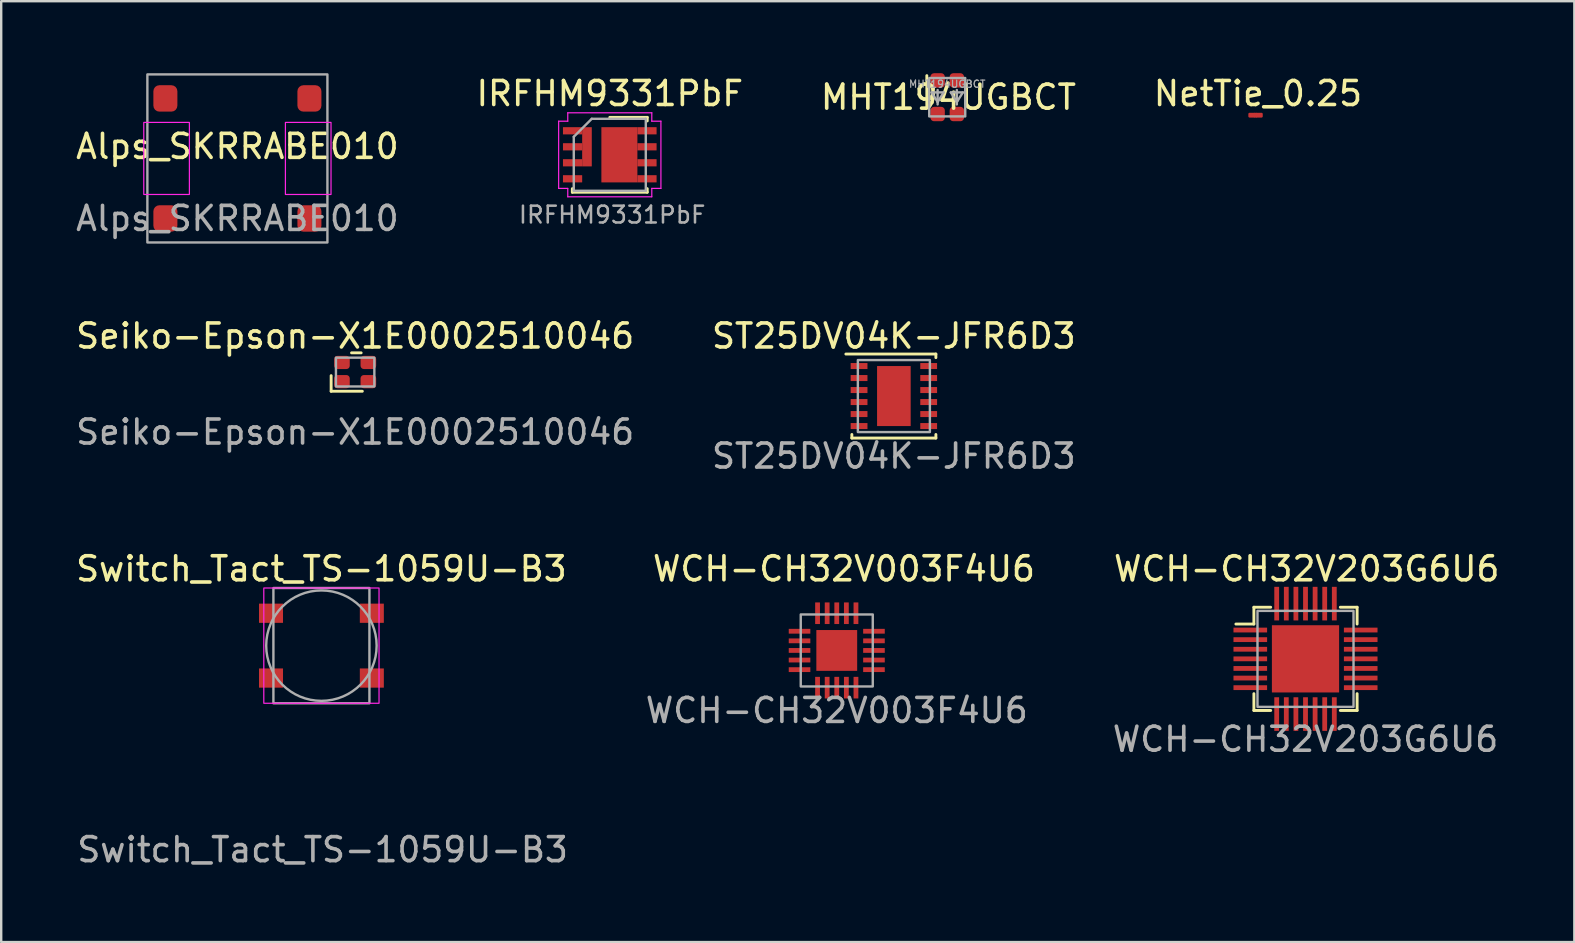
<source format=kicad_pcb>
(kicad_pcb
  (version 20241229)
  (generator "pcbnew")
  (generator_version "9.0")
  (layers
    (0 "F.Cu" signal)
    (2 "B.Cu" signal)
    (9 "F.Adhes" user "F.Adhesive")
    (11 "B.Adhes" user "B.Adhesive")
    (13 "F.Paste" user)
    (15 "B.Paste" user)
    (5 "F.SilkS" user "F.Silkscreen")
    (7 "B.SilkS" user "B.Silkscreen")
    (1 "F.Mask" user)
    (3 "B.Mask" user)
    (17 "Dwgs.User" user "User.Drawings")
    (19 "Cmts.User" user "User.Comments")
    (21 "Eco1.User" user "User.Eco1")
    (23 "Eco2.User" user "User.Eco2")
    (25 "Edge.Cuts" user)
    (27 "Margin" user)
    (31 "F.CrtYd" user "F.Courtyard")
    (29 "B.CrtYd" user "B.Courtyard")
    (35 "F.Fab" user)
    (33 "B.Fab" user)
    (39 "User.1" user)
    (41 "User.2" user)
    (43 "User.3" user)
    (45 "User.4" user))
  (footprint "Switch_Tact_TS-1059U-B3"
    (layer "F.Cu")
    (at 10.339 23.845)
    (property "Reference" "Switch_Tact_TS-1059U-B3" (at 0 -3.2 0) (unlocked yes) (layer "F.SilkS") (effects (font (size 1 1) (thickness 0.15))))
    (attr smd)
    (fp_rect (start -2.4 -2.4) (end 2.4 2.4) (stroke (width 0.05) (type default)) (fill no) (layer "F.CrtYd"))
    (fp_rect (start -2 -2.4) (end 2 2.4) (stroke (width 0.1) (type default)) (fill no) (layer "F.Fab"))
    (fp_circle (center 0 0) (end 2.3 0) (stroke (width 0.1) (type default)) (fill no) (layer "F.Fab"))
    (fp_text user "${REFERENCE}" (at 0.05 8.5 0) (unlocked yes) (layer "F.Fab") (effects (font (size 1 1) (thickness 0.15))))
    (pad "1" smd rect (at -2.1 -1.35) (size 1 0.8) (layers "F.Cu" "F.Mask" "F.Paste"))
    (pad "2" smd rect (at -2.1 1.35) (size 1 0.8) (layers "F.Cu" "F.Mask" "F.Paste"))
    (pad "3" smd rect (at 2.1 -1.35) (size 1 0.8) (layers "F.Cu" "F.Mask" "F.Paste"))
    (pad "4" smd rect (at 2.1 1.35) (size 1 0.8) (layers "F.Cu" "F.Mask" "F.Paste")))
  (footprint "Seiko-Epson-X1E0002510046"
    (layer "F.Cu")
    (at 11.744 12.448)
    (property "Reference" "Seiko-Epson-X1E0002510046" (at 0 -1.5 0) (unlocked yes) (layer "F.SilkS") (effects (font (size 1 1) (thickness 0.15))))
    (attr smd)
    (fp_line (start -1 0.8) (end -1 0.15) (stroke (width 0.12) (type default)) (layer "F.SilkS"))
    (fp_line (start -1 0.8) (end 0.3 0.8) (stroke (width 0.12) (type default)) (layer "F.SilkS"))
    (fp_line (start 0.25 -0.8) (end -0.15 -0.8) (stroke (width 0.12) (type default)) (layer "F.SilkS"))
    (fp_rect (start -0.8 -0.6) (end 0.8 0.6) (stroke (width 0.1) (type default)) (fill no) (layer "F.Fab"))
    (fp_text user "${REFERENCE}" (at 0 2.5 0) (unlocked yes) (layer "F.Fab") (effects (font (size 1 1) (thickness 0.15))))
    (pad "1" smd roundrect (at -0.55 0.4) (size 0.65 0.55) (layers "F.Cu" "F.Mask" "F.Paste") (roundrect_rratio 0.25))
    (pad "2" smd roundrect (at 0.55 0.4) (size 0.65 0.55) (layers "F.Cu" "F.Mask" "F.Paste") (roundrect_rratio 0.25))
    (pad "3" smd roundrect (at 0.55 -0.4) (size 0.65 0.55) (layers "F.Cu" "F.Mask" "F.Paste") (roundrect_rratio 0.25))
    (pad "4" smd roundrect (at -0.55 -0.4) (size 0.65 0.55) (layers "F.Cu" "F.Mask" "F.Paste") (roundrect_rratio 0.25)))
  (footprint "WCH-CH32V203G6U6"
    (layer "F.Cu")
    (at 51.332 24.395)
    (property "Reference" "WCH-CH32V203G6U6" (at 0.05 -3.75 0) (unlocked yes) (layer "F.SilkS") (effects (font (size 1 1) (thickness 0.15))))
    (attr smd)
    (fp_line (start -2.15 -2.15) (end -1.45 -2.15) (stroke (width 0.12) (type default)) (layer "F.SilkS"))
    (fp_line (start -2.15 -1.45) (end -2.9 -1.45) (stroke (width 0.12) (type default)) (layer "F.SilkS"))
    (fp_line (start -2.15 -1.45) (end -2.15 -2.15) (stroke (width 0.12) (type default)) (layer "F.SilkS"))
    (fp_line (start -2.15 2.15) (end -2.15 1.45) (stroke (width 0.12) (type default)) (layer "F.SilkS"))
    (fp_line (start -1.45 2.15) (end -2.15 2.15) (stroke (width 0.12) (type default)) (layer "F.SilkS"))
    (fp_line (start 1.45 -2.15) (end 2.15 -2.15) (stroke (width 0.12) (type default)) (layer "F.SilkS"))
    (fp_line (start 2.15 -2.15) (end 2.15 -1.45) (stroke (width 0.12) (type default)) (layer "F.SilkS"))
    (fp_line (start 2.15 1.45) (end 2.15 2.15) (stroke (width 0.12) (type default)) (layer "F.SilkS"))
    (fp_line (start 2.15 2.15) (end 1.45 2.15) (stroke (width 0.12) (type default)) (layer "F.SilkS"))
    (fp_rect (start -2 -2) (end 2 2) (stroke (width 0.1) (type solid)) (fill no) (layer "F.Fab"))
    (fp_text user "${REFERENCE}" (at 0 3.35 0) (unlocked yes) (layer "F.Fab") (effects (font (size 1 1) (thickness 0.15))))
    (pad "0" smd rect (at 0 0 270) (size 2.8 2.8) (layers "F.Cu" "F.Mask" "F.Paste"))
    (pad "1" smd rect (at -2.3 -1.2) (size 1.4 0.2) (layers "F.Cu" "F.Mask" "F.Paste"))
    (pad "2" smd rect (at -2.3 -0.8) (size 1.4 0.2) (layers "F.Cu" "F.Mask" "F.Paste"))
    (pad "3" smd rect (at -2.3 -0.4) (size 1.4 0.2) (layers "F.Cu" "F.Mask" "F.Paste"))
    (pad "4" smd rect (at -2.3 0) (size 1.4 0.2) (layers "F.Cu" "F.Mask" "F.Paste"))
    (pad "5" smd rect (at -2.3 0.4) (size 1.4 0.2) (layers "F.Cu" "F.Mask" "F.Paste"))
    (pad "6" smd rect (at -2.3 0.8) (size 1.4 0.2) (layers "F.Cu" "F.Mask" "F.Paste"))
    (pad "7" smd rect (at -2.3 1.2) (size 1.4 0.2) (layers "F.Cu" "F.Mask" "F.Paste"))
    (pad "8" smd rect (at -1.2 2.3 90) (size 1.4 0.2) (layers "F.Cu" "F.Mask" "F.Paste"))
    (pad "9" smd rect (at -0.8 2.3 90) (size 1.4 0.2) (layers "F.Cu" "F.Mask" "F.Paste"))
    (pad "10" smd rect (at -0.4 2.3 90) (size 1.4 0.2) (layers "F.Cu" "F.Mask" "F.Paste"))
    (pad "11" smd rect (at 0 2.3 90) (size 1.4 0.2) (layers "F.Cu" "F.Mask" "F.Paste"))
    (pad "12" smd rect (at 0.4 2.3 90) (size 1.4 0.2) (layers "F.Cu" "F.Mask" "F.Paste"))
    (pad "13" smd rect (at 0.8 2.3 90) (size 1.4 0.2) (layers "F.Cu" "F.Mask" "F.Paste"))
    (pad "14" smd rect (at 1.2 2.3 90) (size 1.4 0.2) (layers "F.Cu" "F.Mask" "F.Paste"))
    (pad "15" smd rect (at 2.3 1.2 180) (size 1.4 0.2) (layers "F.Cu" "F.Mask" "F.Paste"))
    (pad "16" smd rect (at 2.3 0.8 180) (size 1.4 0.2) (layers "F.Cu" "F.Mask" "F.Paste"))
    (pad "17" smd rect (at 2.3 0.4 180) (size 1.4 0.2) (layers "F.Cu" "F.Mask" "F.Paste"))
    (pad "18" smd rect (at 2.3 0 180) (size 1.4 0.2) (layers "F.Cu" "F.Mask" "F.Paste"))
    (pad "19" smd rect (at 2.3 -0.4 180) (size 1.4 0.2) (layers "F.Cu" "F.Mask" "F.Paste"))
    (pad "20" smd rect (at 2.3 -0.8 180) (size 1.4 0.2) (layers "F.Cu" "F.Mask" "F.Paste"))
    (pad "21" smd rect (at 2.3 -1.2 180) (size 1.4 0.2) (layers "F.Cu" "F.Mask" "F.Paste"))
    (pad "22" smd rect (at 1.2 -2.3 270) (size 1.4 0.2) (layers "F.Cu" "F.Mask" "F.Paste"))
    (pad "23" smd rect (at 0.8 -2.3 270) (size 1.4 0.2) (layers "F.Cu" "F.Mask" "F.Paste"))
    (pad "24" smd rect (at 0.4 -2.3 270) (size 1.4 0.2) (layers "F.Cu" "F.Mask" "F.Paste"))
    (pad "25" smd rect (at 0 -2.3 270) (size 1.4 0.2) (layers "F.Cu" "F.Mask" "F.Paste"))
    (pad "26" smd rect (at -0.4 -2.3 270) (size 1.4 0.2) (layers "F.Cu" "F.Mask" "F.Paste"))
    (pad "27" smd rect (at -0.8 -2.3 270) (size 1.4 0.2) (layers "F.Cu" "F.Mask" "F.Paste"))
    (pad "28" smd rect (at -1.2 -2.3 270) (size 1.4 0.2) (layers "F.Cu" "F.Mask" "F.Paste")))
  (footprint "MHT194UGBCT"
    (layer "F.Cu")
    (at 36.408 1)
    (property "Reference" "MHT194UGBCT" (at 0.05 0 0) (unlocked yes) (layer "F.SilkS") (effects (font (size 1 1) (thickness 0.15))))
    (attr smd)
    (fp_line (start -0.85 0.35) (end -0.85 -0.9) (stroke (width 0.12) (type default)) (layer "F.SilkS"))
    (fp_line (start 0.8 -0.35) (end 0.8 0.3) (stroke (width 0.12) (type default)) (layer "F.SilkS"))
    (fp_line (start -0.65 -0.2) (end -0.15 -0.2) (stroke (width 0.1) (type default)) (layer "F.Fab"))
    (fp_line (start -0.4 -0.3) (end -0.4 0.3) (stroke (width 0.1) (type default)) (layer "F.Fab"))
    (fp_line (start -0.4 0.2) (end -0.65 -0.2) (stroke (width 0.1) (type default)) (layer "F.Fab"))
    (fp_line (start -0.15 -0.2) (end -0.4 0.2) (stroke (width 0.1) (type default)) (layer "F.Fab"))
    (fp_line (start 0.15 -0.2) (end 0.65 -0.2) (stroke (width 0.1) (type default)) (layer "F.Fab"))
    (fp_line (start 0.4 -0.3) (end 0.4 0.3) (stroke (width 0.1) (type default)) (layer "F.Fab"))
    (fp_line (start 0.4 0.2) (end 0.15 -0.2) (stroke (width 0.1) (type default)) (layer "F.Fab"))
    (fp_line (start 0.65 -0.2) (end 0.4 0.2) (stroke (width 0.1) (type default)) (layer "F.Fab"))
    (fp_rect (start -0.75 -0.8) (end 0.75 0.8) (stroke (width 0.1) (type default)) (fill no) (layer "F.Fab"))
    (fp_text user "${REFERENCE}" (at 0 -0.55 0) (unlocked yes) (layer "F.Fab") (effects (font (size 0.3 0.3) (thickness 0.05))))
    (pad "1" smd roundrect (at -0.4 -0.7) (size 0.6 0.6) (layers "F.Cu" "F.Mask" "F.Paste") (roundrect_rratio 0.25))
    (pad "2" smd roundrect (at 0.4 -0.7) (size 0.6 0.6) (layers "F.Cu" "F.Mask" "F.Paste") (roundrect_rratio 0.25))
    (pad "3" smd roundrect (at -0.4 0.7) (size 0.6 0.6) (layers "F.Cu" "F.Mask" "F.Paste") (roundrect_rratio 0.25))
    (pad "4" smd roundrect (at 0.4 0.7) (size 0.6 0.6) (layers "F.Cu" "F.Mask" "F.Paste") (roundrect_rratio 0.25)))
  (footprint "IRFHM9331PbF"
    (layer "F.Cu")
    (at 22.351 3.398)
    (property "Reference" "IRFHM9331PbF" (at 0 -2.55 0) (layer "F.SilkS") (effects (font (size 1 1) (thickness 0.15))))
    (attr smd)
    (fp_line (start -1.56 1.56) (end -1.56 1.41) (stroke (width 0.12) (type solid)) (layer "F.SilkS"))
    (fp_line (start -1.56 1.56) (end 1.56 1.56) (stroke (width 0.12) (type solid)) (layer "F.SilkS"))
    (fp_line (start 0 -1.56) (end 1.56 -1.56) (stroke (width 0.12) (type solid)) (layer "F.SilkS"))
    (fp_line (start 1.56 -1.56) (end 1.56 -1.41) (stroke (width 0.12) (type solid)) (layer "F.SilkS"))
    (fp_line (start 1.56 1.56) (end 1.56 1.41) (stroke (width 0.12) (type solid)) (layer "F.SilkS"))
    (fp_line (start -2.13 -1.4) (end -2.13 1.4) (stroke (width 0.05) (type solid)) (layer "F.CrtYd"))
    (fp_line (start -1.75 -1.75) (end -1.75 -1.4) (stroke (width 0.05) (type solid)) (layer "F.CrtYd"))
    (fp_line (start -1.75 -1.75) (end 1.75 -1.75) (stroke (width 0.05) (type solid)) (layer "F.CrtYd"))
    (fp_line (start -1.75 -1.4) (end -2.13 -1.4) (stroke (width 0.05) (type solid)) (layer "F.CrtYd"))
    (fp_line (start -1.75 1.4) (end -2.13 1.4) (stroke (width 0.05) (type solid)) (layer "F.CrtYd"))
    (fp_line (start -1.75 1.75) (end -1.75 1.4) (stroke (width 0.05) (type solid)) (layer "F.CrtYd"))
    (fp_line (start -1.75 1.75) (end 1.75 1.75) (stroke (width 0.05) (type solid)) (layer "F.CrtYd"))
    (fp_line (start 1.75 -1.75) (end 1.75 -1.4) (stroke (width 0.05) (type solid)) (layer "F.CrtYd"))
    (fp_line (start 1.75 -1.4) (end 2.13 -1.4) (stroke (width 0.05) (type solid)) (layer "F.CrtYd"))
    (fp_line (start 1.75 1.4) (end 2.13 1.4) (stroke (width 0.05) (type solid)) (layer "F.CrtYd"))
    (fp_line (start 1.75 1.75) (end 1.75 1.4) (stroke (width 0.05) (type solid)) (layer "F.CrtYd"))
    (fp_line (start 2.13 -1.4) (end 2.13 1.4) (stroke (width 0.05) (type solid)) (layer "F.CrtYd"))
    (fp_line (start -1.5 -0.75) (end -0.75 -1.5) (stroke (width 0.1) (type solid)) (layer "F.Fab"))
    (fp_line (start -1.5 1.5) (end -1.5 -0.75) (stroke (width 0.1) (type solid)) (layer "F.Fab"))
    (fp_line (start -0.75 -1.5) (end 1.5 -1.5) (stroke (width 0.1) (type solid)) (layer "F.Fab"))
    (fp_line (start 1.5 -1.5) (end 1.5 1.5) (stroke (width 0.1) (type solid)) (layer "F.Fab"))
    (fp_line (start 1.5 1.5) (end -1.5 1.5) (stroke (width 0.1) (type solid)) (layer "F.Fab"))
    (fp_text user "${REFERENCE}" (at 0.1 2.5 0) (layer "F.Fab") (effects (font (size 0.7 0.7) (thickness 0.105))))
    (pad "" smd rect (at 0.175 -0.6) (size 0.6 1) (layers "F.Paste"))
    (pad "" smd rect (at 0.175 0.6) (size 0.6 1) (layers "F.Paste"))
    (pad "" smd rect (at 0.95 -0.6) (size 0.6 1) (layers "F.Paste"))
    (pad "" smd rect (at 0.95 0.6) (size 0.6 1) (layers "F.Paste"))
    (pad "1" smd rect (at -1.55 -1) (size 0.8 0.3) (layers "F.Cu" "F.Mask" "F.Paste"))
    (pad "2" smd rect (at -1.55 -0.333) (size 0.8 0.3) (layers "F.Cu" "F.Mask" "F.Paste"))
    (pad "3" smd rect (at -1.55 0.333) (size 0.8 0.3) (layers "F.Cu" "F.Mask" "F.Paste"))
    (pad "4" smd rect (at -1.55 1) (size 0.8 0.3) (layers "F.Cu" "F.Mask" "F.Paste"))
    (pad "5" smd rect (at 1.55 1) (size 0.8 0.3) (layers "F.Cu" "F.Mask" "F.Paste"))
    (pad "6" smd rect (at 1.55 0.333) (size 0.8 0.3) (layers "F.Cu" "F.Mask" "F.Paste"))
    (pad "7" smd rect (at 1.55 -0.333) (size 0.8 0.3) (layers "F.Cu" "F.Mask" "F.Paste"))
    (pad "8" smd rect (at 1.55 -1) (size 0.8 0.3) (layers "F.Cu" "F.Mask" "F.Paste"))
    (pad "9" smd rect (at 0.4 0) (size 1.5 2.3) (layers "F.Cu" "F.Mask"))
    (pad "10" smd rect (at -0.95 -0.333 90) (size 1.633 0.4) (layers "F.Cu" "F.Mask" "F.Paste")))
  (footprint "WCH-CH32V003F4U6"
    (layer "F.Cu")
    (at 31.806 24.045)
    (property "Reference" "WCH-CH32V003F4U6" (at 0.3 -3.4 0) (unlocked yes) (layer "F.SilkS") (effects (font (size 1 1) (thickness 0.15))))
    (attr smd)
    (fp_rect (start -1.5 -1.5) (end 1.5 1.5) (stroke (width 0.1) (type solid)) (fill no) (layer "F.Fab"))
    (fp_text user "${REFERENCE}" (at 0 2.5 0) (unlocked yes) (layer "F.Fab") (effects (font (size 1 1) (thickness 0.15))))
    (pad "0" smd rect (at 0 0 270) (size 1.7 1.7) (layers "F.Cu" "F.Mask" "F.Paste"))
    (pad "1" smd rect (at -1.55 -0.8) (size 0.9 0.2) (layers "F.Cu" "F.Mask" "F.Paste"))
    (pad "2" smd rect (at -1.55 -0.4) (size 0.9 0.2) (layers "F.Cu" "F.Mask" "F.Paste"))
    (pad "3" smd rect (at -1.55 0) (size 0.9 0.2) (layers "F.Cu" "F.Mask" "F.Paste"))
    (pad "4" smd rect (at -1.55 0.4) (size 0.9 0.2) (layers "F.Cu" "F.Mask" "F.Paste"))
    (pad "5" smd rect (at -1.55 0.8) (size 0.9 0.2) (layers "F.Cu" "F.Mask" "F.Paste"))
    (pad "6" smd rect (at -0.8 1.55 90) (size 0.9 0.2) (layers "F.Cu" "F.Mask" "F.Paste"))
    (pad "7" smd rect (at -0.4 1.55 90) (size 0.9 0.2) (layers "F.Cu" "F.Mask" "F.Paste"))
    (pad "8" smd rect (at 0 1.55 90) (size 0.9 0.2) (layers "F.Cu" "F.Mask" "F.Paste"))
    (pad "9" smd rect (at 0.4 1.55 90) (size 0.9 0.2) (layers "F.Cu" "F.Mask" "F.Paste"))
    (pad "10" smd rect (at 0.8 1.55 90) (size 0.9 0.2) (layers "F.Cu" "F.Mask" "F.Paste"))
    (pad "11" smd rect (at 1.55 0.8 180) (size 0.9 0.2) (layers "F.Cu" "F.Mask" "F.Paste"))
    (pad "12" smd rect (at 1.55 0.4 180) (size 0.9 0.2) (layers "F.Cu" "F.Mask" "F.Paste"))
    (pad "13" smd rect (at 1.55 0 180) (size 0.9 0.2) (layers "F.Cu" "F.Mask" "F.Paste"))
    (pad "14" smd rect (at 1.55 -0.4 180) (size 0.9 0.2) (layers "F.Cu" "F.Mask" "F.Paste"))
    (pad "15" smd rect (at 1.55 -0.8 180) (size 0.9 0.2) (layers "F.Cu" "F.Mask" "F.Paste"))
    (pad "16" smd rect (at 0.8 -1.55 270) (size 0.9 0.2) (layers "F.Cu" "F.Mask" "F.Paste"))
    (pad "17" smd rect (at 0.4 -1.55 270) (size 0.9 0.2) (layers "F.Cu" "F.Mask" "F.Paste"))
    (pad "18" smd rect (at 0 -1.55 270) (size 0.9 0.2) (layers "F.Cu" "F.Mask" "F.Paste"))
    (pad "19" smd rect (at -0.4 -1.55 270) (size 0.9 0.2) (layers "F.Cu" "F.Mask" "F.Paste"))
    (pad "20" smd rect (at -0.8 -1.55 270) (size 0.9 0.2) (layers "F.Cu" "F.Mask" "F.Paste")))
  (footprint "Alps_SKRRABE010"
    (layer "F.Cu")
    (at 6.839 3.55)
    (property "Reference" "Alps_SKRRABE010" (at 0 -0.5 0) (unlocked yes) (layer "F.SilkS") (effects (font (size 1 1) (thickness 0.15))))
    (attr smd)
    (fp_rect (start -3.9 -1.5) (end -2 1.5) (stroke (width 0.05) (type default)) (fill no) (layer "F.CrtYd"))
    (fp_rect (start 2 -1.5) (end 3.9 1.5) (stroke (width 0.05) (type default)) (fill no) (layer "F.CrtYd"))
    (fp_rect (start -3.75 -3.5) (end 3.75 3.5) (stroke (width 0.1) (type default)) (fill no) (layer "F.Fab"))
    (fp_text user "${REFERENCE}" (at 0 2.5 0) (unlocked yes) (layer "F.Fab") (effects (font (size 1 1) (thickness 0.15))))
    (pad "1" smd roundrect (at -3 -2.5) (size 1 1.1) (layers "F.Cu" "F.Mask" "F.Paste") (roundrect_rratio 0.25))
    (pad "2" smd roundrect (at -3 2.5) (size 1 1.1) (layers "F.Cu" "F.Mask" "F.Paste") (roundrect_rratio 0.25))
    (pad "3" smd roundrect (at 3 -2.5) (size 1 1.1) (layers "F.Cu" "F.Mask" "F.Paste") (roundrect_rratio 0.25))
    (pad "4" smd roundrect (at 3 2.5) (size 1 1.1) (layers "F.Cu" "F.Mask" "F.Paste") (roundrect_rratio 0.25)))
  (footprint "NetTie_0.25"
    (layer "F.Cu")
    (at 49.251 1.748)
    (property "Reference" "NetTie_0.25" (at 0.1 -0.9 0) (unlocked yes) (layer "F.SilkS") (effects (font (size 1 1) (thickness 0.15))))
    (attr smd)
    (fp_poly (pts (xy -0.05 -0.1) (xy 0.05 -0.1) (xy 0.05 0.1) (xy -0.05 0.1)) (stroke (width 0) (type solid)) (fill yes) (layer "F.Cu"))
    (pad "1" smd roundrect (at -0.15 0) (size 0.3 0.2) (layers "F.Cu") (roundrect_rratio 0.25))
    (pad "2" smd roundrect (at 0.15 0) (size 0.3 0.2) (layers "F.Cu") (roundrect_rratio 0.25)))
  (footprint "ST25DV04K-JFR6D3"
    (layer "F.Cu")
    (at 34.185 13.448)
    (property "Reference" "ST25DV04K-JFR6D3" (at 0 -2.5 0) (unlocked yes) (layer "F.SilkS") (effects (font (size 1 1) (thickness 0.15))))
    (attr smd)
    (fp_line (start -2 -1.75) (end 1.75 -1.75) (stroke (width 0.12) (type solid)) (layer "F.SilkS"))
    (fp_line (start -1.75 1.75) (end -1.75 1.6) (stroke (width 0.12) (type solid)) (layer "F.SilkS"))
    (fp_line (start 1.75 -1.75) (end 1.75 -1.6) (stroke (width 0.12) (type solid)) (layer "F.SilkS"))
    (fp_line (start 1.75 1.6) (end 1.75 1.75) (stroke (width 0.12) (type solid)) (layer "F.SilkS"))
    (fp_line (start 1.75 1.75) (end -1.75 1.75) (stroke (width 0.12) (type solid)) (layer "F.SilkS"))
    (fp_rect (start -1.5 -1.5) (end 1.5 1.5) (stroke (width 0.1) (type solid)) (fill no) (layer "F.Fab"))
    (fp_text user "${REFERENCE}" (at 0 2.5 0) (unlocked yes) (layer "F.Fab") (effects (font (size 1 1) (thickness 0.15))))
    (pad "0" smd rect (at 0 0) (size 1.4 2.5) (layers "F.Cu" "F.Mask" "F.Paste"))
    (pad "1" smd rect (at -1.45 -1.25) (size 0.7 0.25) (layers "F.Cu" "F.Mask" "F.Paste"))
    (pad "2" smd rect (at -1.45 -0.75) (size 0.7 0.25) (layers "F.Cu" "F.Mask" "F.Paste"))
    (pad "3" smd rect (at -1.45 -0.25) (size 0.7 0.25) (layers "F.Cu" "F.Mask" "F.Paste"))
    (pad "4" smd rect (at -1.45 0.25) (size 0.7 0.25) (layers "F.Cu" "F.Mask" "F.Paste"))
    (pad "5" smd rect (at -1.45 0.75) (size 0.7 0.25) (layers "F.Cu" "F.Mask" "F.Paste"))
    (pad "6" smd rect (at -1.45 1.25) (size 0.7 0.25) (layers "F.Cu" "F.Mask" "F.Paste"))
    (pad "7" smd rect (at 1.45 1.25) (size 0.7 0.25) (layers "F.Cu" "F.Mask" "F.Paste"))
    (pad "8" smd rect (at 1.45 0.75) (size 0.7 0.25) (layers "F.Cu" "F.Mask" "F.Paste"))
    (pad "9" smd rect (at 1.45 0.25) (size 0.7 0.25) (layers "F.Cu" "F.Mask" "F.Paste"))
    (pad "10" smd rect (at 1.45 -0.25) (size 0.7 0.25) (layers "F.Cu" "F.Mask" "F.Paste"))
    (pad "11" smd rect (at 1.45 -0.75) (size 0.7 0.25) (layers "F.Cu" "F.Mask" "F.Paste"))
    (pad "12" smd rect (at 1.45 -1.25) (size 0.7 0.25) (layers "F.Cu" "F.Mask" "F.Paste")))
  (gr_rect
    (start -3 -3)
    (end 62.531 36.193)
    (stroke (width 0.1) (type default))
    (fill no)
    (layer "Edge.Cuts")))
</source>
